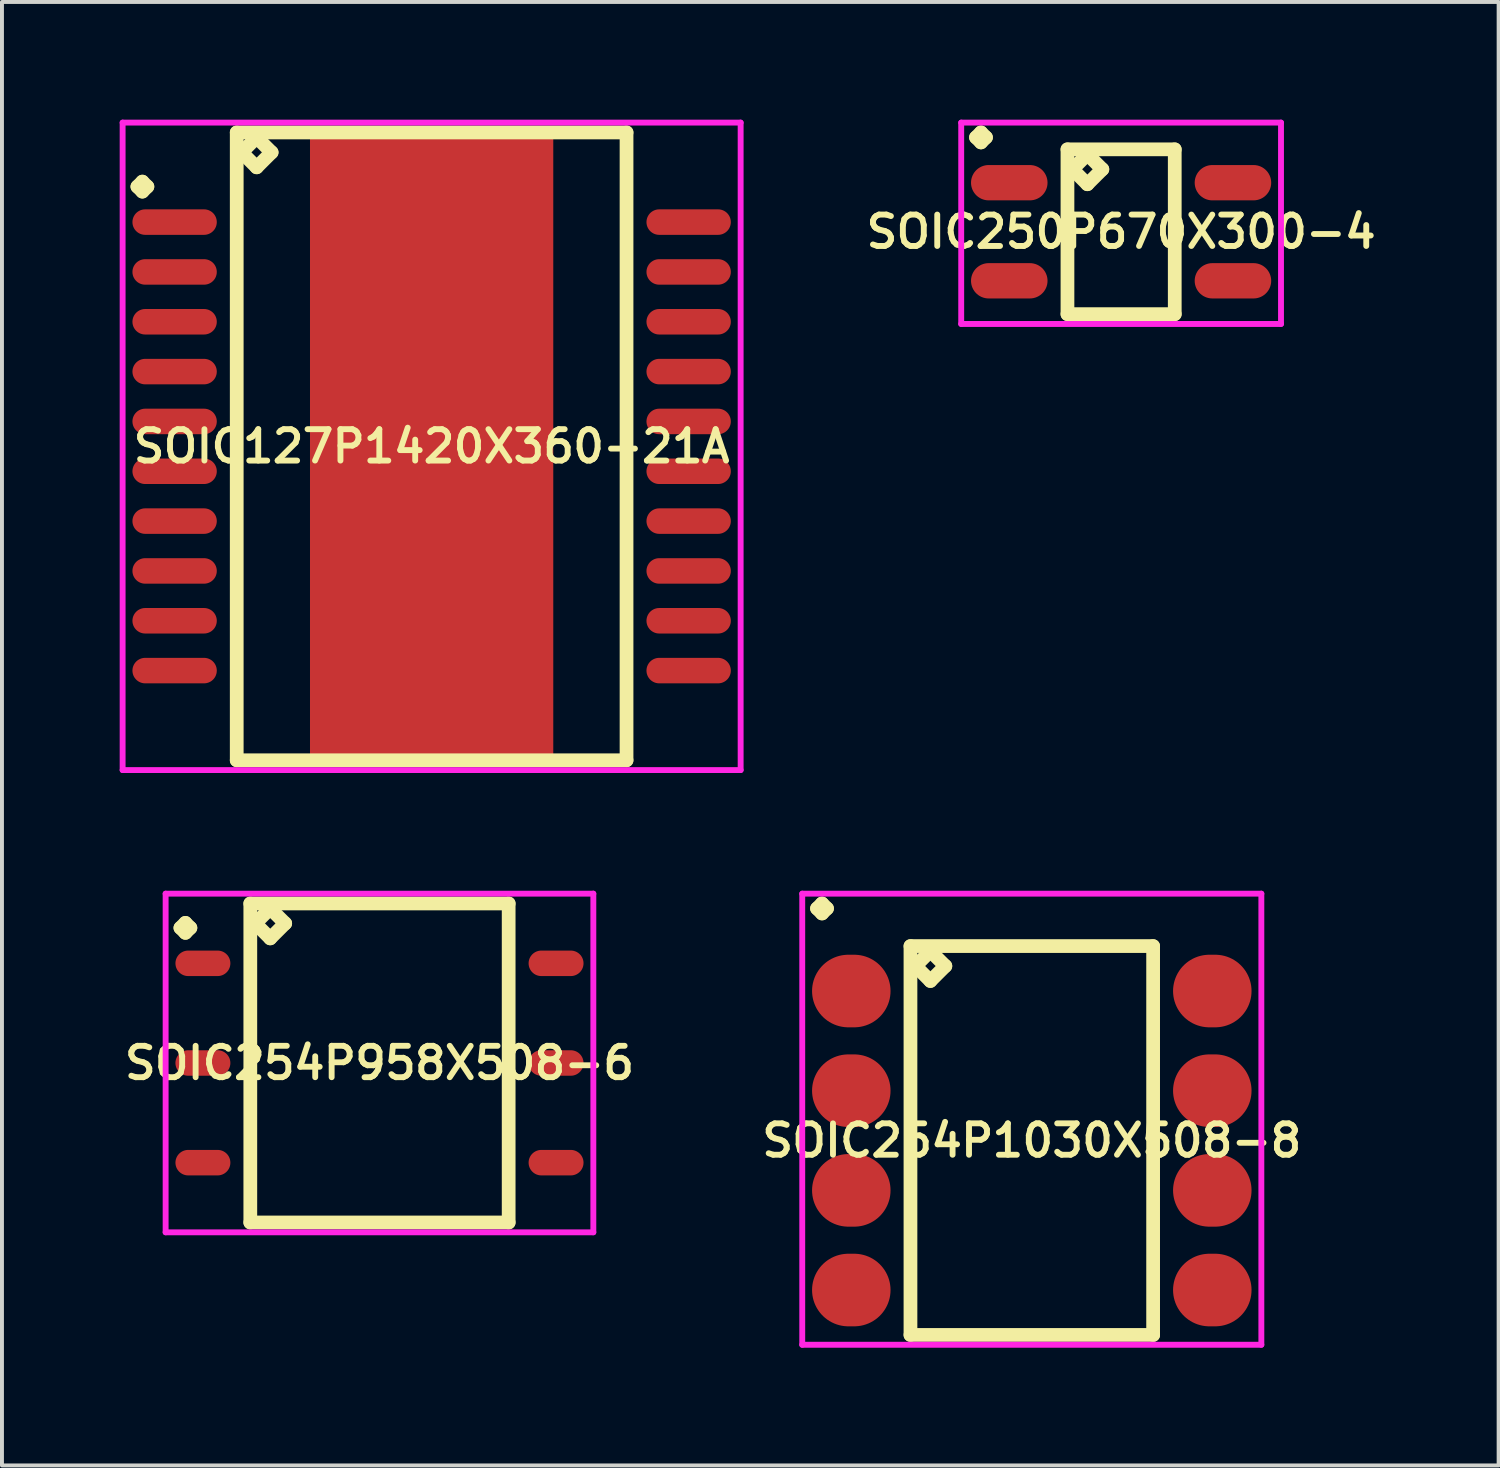
<source format=kicad_pcb>
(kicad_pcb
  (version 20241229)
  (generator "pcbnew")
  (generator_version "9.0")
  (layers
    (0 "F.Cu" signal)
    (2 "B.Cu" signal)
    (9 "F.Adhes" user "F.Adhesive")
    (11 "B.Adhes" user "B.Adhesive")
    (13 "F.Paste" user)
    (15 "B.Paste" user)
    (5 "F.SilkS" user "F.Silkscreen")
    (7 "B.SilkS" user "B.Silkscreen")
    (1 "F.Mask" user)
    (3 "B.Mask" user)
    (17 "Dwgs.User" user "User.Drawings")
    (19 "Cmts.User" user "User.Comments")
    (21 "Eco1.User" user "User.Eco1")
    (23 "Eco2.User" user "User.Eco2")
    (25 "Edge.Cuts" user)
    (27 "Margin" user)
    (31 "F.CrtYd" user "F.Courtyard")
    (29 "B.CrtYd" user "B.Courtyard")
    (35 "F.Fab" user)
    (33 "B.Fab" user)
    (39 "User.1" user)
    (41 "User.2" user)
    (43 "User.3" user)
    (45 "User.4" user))
  (footprint "SOIC250P670X300-4"
    (layer "F.Cu")
    (at 25.521 2.856)
    (property "Reference" "SOIC250P670X300-4" (at 0 0 0) (layer "F.SilkS") (effects (font (size 0.8 0.8) (thickness 0.15))))
    (attr smd)
    (fp_line (start -3.698 -2.404) (end -3.571 -2.531) (stroke (width 0.35) (type solid)) (layer "F.SilkS"))
    (fp_line (start -3.571 -2.531) (end -3.444 -2.404) (stroke (width 0.35) (type solid)) (layer "F.SilkS"))
    (fp_line (start -3.571 -2.277) (end -3.698 -2.404) (stroke (width 0.35) (type solid)) (layer "F.SilkS"))
    (fp_line (start -3.444 -2.404) (end -3.571 -2.277) (stroke (width 0.35) (type solid)) (layer "F.SilkS"))
    (fp_line (start -1.367 -2.1) (end -1.367 2.1) (stroke (width 0.35) (type solid)) (layer "F.SilkS"))
    (fp_line (start -1.367 2.1) (end 1.367 2.1) (stroke (width 0.35) (type solid)) (layer "F.SilkS"))
    (fp_line (start -1.24 -1.592) (end -0.859 -1.973) (stroke (width 0.35) (type solid)) (layer "F.SilkS"))
    (fp_line (start -0.859 -1.973) (end -0.478 -1.592) (stroke (width 0.35) (type solid)) (layer "F.SilkS"))
    (fp_line (start -0.859 -1.211) (end -1.24 -1.592) (stroke (width 0.35) (type solid)) (layer "F.SilkS"))
    (fp_line (start -0.478 -1.592) (end -0.859 -1.211) (stroke (width 0.35) (type solid)) (layer "F.SilkS"))
    (fp_line (start 1.367 -2.1) (end -1.367 -2.1) (stroke (width 0.35) (type solid)) (layer "F.SilkS"))
    (fp_line (start 1.367 2.1) (end 1.367 -2.1) (stroke (width 0.35) (type solid)) (layer "F.SilkS"))
    (fp_line (start -4.075 -2.781) (end 4.075 -2.781) (stroke (width 0.15) (type solid)) (layer "F.CrtYd"))
    (fp_line (start -4.075 2.35) (end -4.075 -2.781) (stroke (width 0.15) (type solid)) (layer "F.CrtYd"))
    (fp_line (start 4.075 -2.781) (end 4.075 2.35) (stroke (width 0.15) (type solid)) (layer "F.CrtYd"))
    (fp_line (start 4.075 2.35) (end -4.075 2.35) (stroke (width 0.15) (type solid)) (layer "F.CrtYd"))
    (pad "1" smd oval (at -2.85 -1.25) (size 1.95 0.9) (layers "F.Cu" "F.Mask" "F.Paste"))
    (pad "2" smd oval (at -2.85 1.25) (size 1.95 0.9) (layers "F.Cu" "F.Mask" "F.Paste"))
    (pad "3" smd oval (at 2.85 1.25) (size 1.95 0.9) (layers "F.Cu" "F.Mask" "F.Paste"))
    (pad "4" smd oval (at 2.85 -1.25) (size 1.95 0.9) (layers "F.Cu" "F.Mask" "F.Paste")))
  (footprint "SOIC127P1420X360-21A"
    (layer "F.Cu")
    (at 7.95 8.325)
    (property "Reference" "SOIC127P1420X360-21A" (at 0 0 0) (layer "F.SilkS") (effects (font (size 0.8 0.8) (thickness 0.15))))
    (attr smd)
    (fp_line (start -7.498 -6.619) (end -7.371 -6.746) (stroke (width 0.35) (type solid)) (layer "F.SilkS"))
    (fp_line (start -7.371 -6.746) (end -7.244 -6.619) (stroke (width 0.35) (type solid)) (layer "F.SilkS"))
    (fp_line (start -7.371 -6.492) (end -7.498 -6.619) (stroke (width 0.35) (type solid)) (layer "F.SilkS"))
    (fp_line (start -7.244 -6.619) (end -7.371 -6.492) (stroke (width 0.35) (type solid)) (layer "F.SilkS"))
    (fp_line (start -4.967 -8) (end -4.967 8) (stroke (width 0.35) (type solid)) (layer "F.SilkS"))
    (fp_line (start -4.967 8) (end 4.967 8) (stroke (width 0.35) (type solid)) (layer "F.SilkS"))
    (fp_line (start -4.84 -7.492) (end -4.459 -7.873) (stroke (width 0.35) (type solid)) (layer "F.SilkS"))
    (fp_line (start -4.459 -7.873) (end -4.078 -7.492) (stroke (width 0.35) (type solid)) (layer "F.SilkS"))
    (fp_line (start -4.459 -7.111) (end -4.84 -7.492) (stroke (width 0.35) (type solid)) (layer "F.SilkS"))
    (fp_line (start -4.078 -7.492) (end -4.459 -7.111) (stroke (width 0.35) (type solid)) (layer "F.SilkS"))
    (fp_line (start 4.967 -8) (end -4.967 -8) (stroke (width 0.35) (type solid)) (layer "F.SilkS"))
    (fp_line (start 4.967 8) (end 4.967 -8) (stroke (width 0.35) (type solid)) (layer "F.SilkS"))
    (fp_line (start -7.875 -8.25) (end 7.875 -8.25) (stroke (width 0.15) (type solid)) (layer "F.CrtYd"))
    (fp_line (start -7.875 8.25) (end -7.875 -8.25) (stroke (width 0.15) (type solid)) (layer "F.CrtYd"))
    (fp_line (start 7.875 -8.25) (end 7.875 8.25) (stroke (width 0.15) (type solid)) (layer "F.CrtYd"))
    (fp_line (start 7.875 8.25) (end -7.875 8.25) (stroke (width 0.15) (type solid)) (layer "F.CrtYd"))
    (pad "1" smd oval (at -6.55 -5.715) (size 2.15 0.65) (layers "F.Cu" "F.Mask" "F.Paste"))
    (pad "2" smd oval (at -6.55 -4.445) (size 2.15 0.65) (layers "F.Cu" "F.Mask" "F.Paste"))
    (pad "3" smd oval (at -6.55 -3.175) (size 2.15 0.65) (layers "F.Cu" "F.Mask" "F.Paste"))
    (pad "4" smd oval (at -6.55 -1.905) (size 2.15 0.65) (layers "F.Cu" "F.Mask" "F.Paste"))
    (pad "5" smd oval (at -6.55 -0.635) (size 2.15 0.65) (layers "F.Cu" "F.Mask" "F.Paste"))
    (pad "6" smd oval (at -6.55 0.635) (size 2.15 0.65) (layers "F.Cu" "F.Mask" "F.Paste"))
    (pad "7" smd oval (at -6.55 1.905) (size 2.15 0.65) (layers "F.Cu" "F.Mask" "F.Paste"))
    (pad "8" smd oval (at -6.55 3.175) (size 2.15 0.65) (layers "F.Cu" "F.Mask" "F.Paste"))
    (pad "9" smd oval (at -6.55 4.445) (size 2.15 0.65) (layers "F.Cu" "F.Mask" "F.Paste"))
    (pad "10" smd oval (at -6.55 5.715) (size 2.15 0.65) (layers "F.Cu" "F.Mask" "F.Paste"))
    (pad "11" smd oval (at 6.55 5.715) (size 2.15 0.65) (layers "F.Cu" "F.Mask" "F.Paste"))
    (pad "12" smd oval (at 6.55 4.445) (size 2.15 0.65) (layers "F.Cu" "F.Mask" "F.Paste"))
    (pad "13" smd oval (at 6.55 3.175) (size 2.15 0.65) (layers "F.Cu" "F.Mask" "F.Paste"))
    (pad "14" smd oval (at 6.55 1.905) (size 2.15 0.65) (layers "F.Cu" "F.Mask" "F.Paste"))
    (pad "15" smd oval (at 6.55 0.635) (size 2.15 0.65) (layers "F.Cu" "F.Mask" "F.Paste"))
    (pad "16" smd oval (at 6.55 -0.635) (size 2.15 0.65) (layers "F.Cu" "F.Mask" "F.Paste"))
    (pad "17" smd oval (at 6.55 -1.905) (size 2.15 0.65) (layers "F.Cu" "F.Mask" "F.Paste"))
    (pad "18" smd oval (at 6.55 -3.175) (size 2.15 0.65) (layers "F.Cu" "F.Mask" "F.Paste"))
    (pad "19" smd oval (at 6.55 -4.445) (size 2.15 0.65) (layers "F.Cu" "F.Mask" "F.Paste"))
    (pad "20" smd oval (at 6.55 -5.715) (size 2.15 0.65) (layers "F.Cu" "F.Mask" "F.Paste"))
    (pad "21" smd rect (at 0 0) (size 6.2 16) (layers "F.Cu" "F.Mask" "F.Paste")))
  (footprint "SOIC254P958X508-6"
    (layer "F.Cu")
    (at 6.621 24.04)
    (property "Reference" "SOIC254P958X508-6" (at 0 0 0) (layer "F.SilkS") (effects (font (size 0.8 0.8) (thickness 0.15))))
    (attr smd)
    (fp_line (start -5.073 -3.444) (end -4.946 -3.571) (stroke (width 0.35) (type solid)) (layer "F.SilkS"))
    (fp_line (start -4.946 -3.571) (end -4.819 -3.444) (stroke (width 0.35) (type solid)) (layer "F.SilkS"))
    (fp_line (start -4.946 -3.317) (end -5.073 -3.444) (stroke (width 0.35) (type solid)) (layer "F.SilkS"))
    (fp_line (start -4.819 -3.444) (end -4.946 -3.317) (stroke (width 0.35) (type solid)) (layer "F.SilkS"))
    (fp_line (start -3.292 -4.065) (end -3.292 4.065) (stroke (width 0.35) (type solid)) (layer "F.SilkS"))
    (fp_line (start -3.292 4.065) (end 3.292 4.065) (stroke (width 0.35) (type solid)) (layer "F.SilkS"))
    (fp_line (start -3.165 -3.557) (end -2.784 -3.938) (stroke (width 0.35) (type solid)) (layer "F.SilkS"))
    (fp_line (start -2.784 -3.938) (end -2.403 -3.557) (stroke (width 0.35) (type solid)) (layer "F.SilkS"))
    (fp_line (start -2.784 -3.176) (end -3.165 -3.557) (stroke (width 0.35) (type solid)) (layer "F.SilkS"))
    (fp_line (start -2.403 -3.557) (end -2.784 -3.176) (stroke (width 0.35) (type solid)) (layer "F.SilkS"))
    (fp_line (start 3.292 -4.065) (end -3.292 -4.065) (stroke (width 0.35) (type solid)) (layer "F.SilkS"))
    (fp_line (start 3.292 4.065) (end 3.292 -4.065) (stroke (width 0.35) (type solid)) (layer "F.SilkS"))
    (fp_line (start -5.45 -4.315) (end 5.45 -4.315) (stroke (width 0.15) (type solid)) (layer "F.CrtYd"))
    (fp_line (start -5.45 4.315) (end -5.45 -4.315) (stroke (width 0.15) (type solid)) (layer "F.CrtYd"))
    (fp_line (start 5.45 -4.315) (end 5.45 4.315) (stroke (width 0.15) (type solid)) (layer "F.CrtYd"))
    (fp_line (start 5.45 4.315) (end -5.45 4.315) (stroke (width 0.15) (type solid)) (layer "F.CrtYd"))
    (pad "1" smd oval (at -4.5 -2.54) (size 1.4 0.65) (layers "F.Cu" "F.Mask" "F.Paste"))
    (pad "2" smd oval (at -4.5 0) (size 1.4 0.65) (layers "F.Cu" "F.Mask" "F.Paste"))
    (pad "3" smd oval (at -4.5 2.54) (size 1.4 0.65) (layers "F.Cu" "F.Mask" "F.Paste"))
    (pad "4" smd oval (at 4.5 2.54) (size 1.4 0.65) (layers "F.Cu" "F.Mask" "F.Paste"))
    (pad "5" smd oval (at 4.5 0) (size 1.4 0.65) (layers "F.Cu" "F.Mask" "F.Paste"))
    (pad "6" smd oval (at 4.5 -2.54) (size 1.4 0.65) (layers "F.Cu" "F.Mask" "F.Paste")))
  (footprint "SOIC254P1030X508-8"
    (layer "F.Cu")
    (at 23.245 26.016)
    (property "Reference" "SOIC254P1030X508-8" (at 0 0 0) (layer "F.SilkS") (effects (font (size 0.8 0.8) (thickness 0.15))))
    (attr smd)
    (fp_line (start -5.473 -5.914) (end -5.346 -6.041) (stroke (width 0.35) (type solid)) (layer "F.SilkS"))
    (fp_line (start -5.346 -6.041) (end -5.219 -5.914) (stroke (width 0.35) (type solid)) (layer "F.SilkS"))
    (fp_line (start -5.346 -5.787) (end -5.473 -5.914) (stroke (width 0.35) (type solid)) (layer "F.SilkS"))
    (fp_line (start -5.219 -5.914) (end -5.346 -5.787) (stroke (width 0.35) (type solid)) (layer "F.SilkS"))
    (fp_line (start -3.092 -4.955) (end -3.092 4.955) (stroke (width 0.35) (type solid)) (layer "F.SilkS"))
    (fp_line (start -3.092 4.955) (end 3.092 4.955) (stroke (width 0.35) (type solid)) (layer "F.SilkS"))
    (fp_line (start -2.965 -4.447) (end -2.584 -4.828) (stroke (width 0.35) (type solid)) (layer "F.SilkS"))
    (fp_line (start -2.584 -4.828) (end -2.203 -4.447) (stroke (width 0.35) (type solid)) (layer "F.SilkS"))
    (fp_line (start -2.584 -4.066) (end -2.965 -4.447) (stroke (width 0.35) (type solid)) (layer "F.SilkS"))
    (fp_line (start -2.203 -4.447) (end -2.584 -4.066) (stroke (width 0.35) (type solid)) (layer "F.SilkS"))
    (fp_line (start 3.092 -4.955) (end -3.092 -4.955) (stroke (width 0.35) (type solid)) (layer "F.SilkS"))
    (fp_line (start 3.092 4.955) (end 3.092 -4.955) (stroke (width 0.35) (type solid)) (layer "F.SilkS"))
    (fp_line (start -5.85 -6.291) (end 5.85 -6.291) (stroke (width 0.15) (type solid)) (layer "F.CrtYd"))
    (fp_line (start -5.85 5.205) (end -5.85 -6.291) (stroke (width 0.15) (type solid)) (layer "F.CrtYd"))
    (fp_line (start 5.85 -6.291) (end 5.85 5.205) (stroke (width 0.15) (type solid)) (layer "F.CrtYd"))
    (fp_line (start 5.85 5.205) (end -5.85 5.205) (stroke (width 0.15) (type solid)) (layer "F.CrtYd"))
    (pad "1" smd oval (at -4.6 -3.81) (size 2 1.85) (layers "F.Cu" "F.Mask" "F.Paste"))
    (pad "2" smd oval (at -4.6 -1.27) (size 2 1.85) (layers "F.Cu" "F.Mask" "F.Paste"))
    (pad "3" smd oval (at -4.6 1.27) (size 2 1.85) (layers "F.Cu" "F.Mask" "F.Paste"))
    (pad "4" smd oval (at -4.6 3.81) (size 2 1.85) (layers "F.Cu" "F.Mask" "F.Paste"))
    (pad "5" smd oval (at 4.6 3.81) (size 2 1.85) (layers "F.Cu" "F.Mask" "F.Paste"))
    (pad "6" smd oval (at 4.6 1.27) (size 2 1.85) (layers "F.Cu" "F.Mask" "F.Paste"))
    (pad "7" smd oval (at 4.6 -1.27) (size 2 1.85) (layers "F.Cu" "F.Mask" "F.Paste"))
    (pad "8" smd oval (at 4.6 -3.81) (size 2 1.85) (layers "F.Cu" "F.Mask" "F.Paste")))
  (gr_rect
    (start -3 -3)
    (end 35.142 34.296)
    (stroke (width 0.1) (type default))
    (fill no)
    (layer "Edge.Cuts")))
</source>
